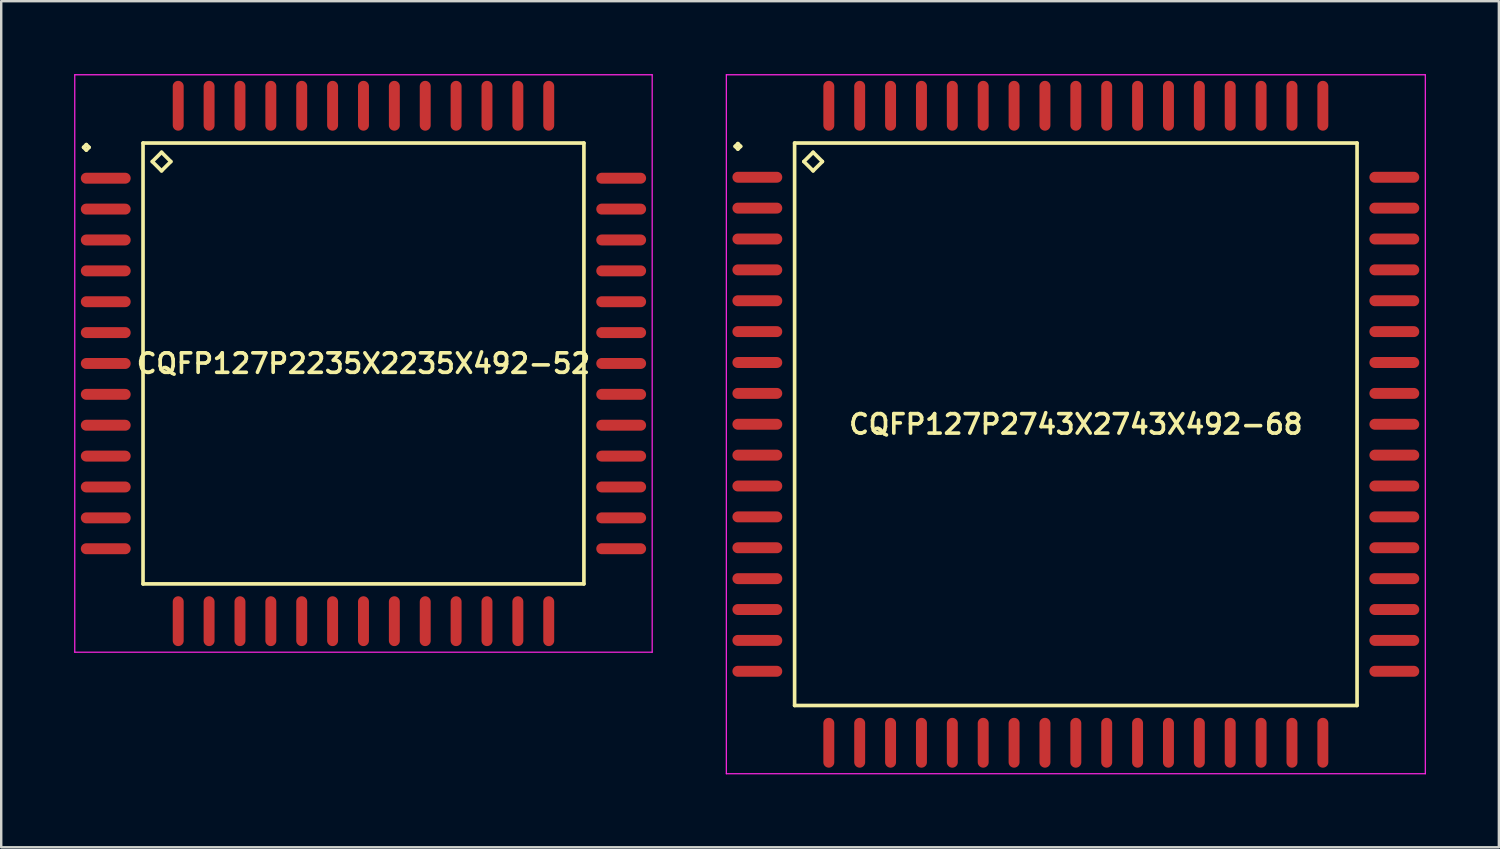
<source format=kicad_pcb>
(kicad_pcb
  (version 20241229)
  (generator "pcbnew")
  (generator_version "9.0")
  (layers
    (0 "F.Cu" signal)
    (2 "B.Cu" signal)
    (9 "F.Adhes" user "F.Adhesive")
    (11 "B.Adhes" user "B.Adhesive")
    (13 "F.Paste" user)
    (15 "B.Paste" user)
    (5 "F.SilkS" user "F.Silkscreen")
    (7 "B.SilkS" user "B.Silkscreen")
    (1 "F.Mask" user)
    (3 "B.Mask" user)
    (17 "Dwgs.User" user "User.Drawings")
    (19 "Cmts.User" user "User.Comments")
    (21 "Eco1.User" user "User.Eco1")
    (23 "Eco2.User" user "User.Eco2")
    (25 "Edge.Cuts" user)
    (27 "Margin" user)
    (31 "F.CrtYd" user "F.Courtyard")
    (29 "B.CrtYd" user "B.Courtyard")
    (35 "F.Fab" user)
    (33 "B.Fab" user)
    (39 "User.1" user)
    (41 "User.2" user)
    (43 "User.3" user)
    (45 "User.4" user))
  (footprint "CQFP127P2235X2235X492-52"
    (layer "F.Cu")
    (at 11.9 11.9)
    (property "Reference" "CQFP127P2235X2235X492-52" (at 0 0 0) (layer "F.SilkS") (effects (font (size 0.8 0.8) (thickness 0.15))))
    (attr smd)
    (fp_line (start -11.512 -8.89) (end -11.4 -9.002) (stroke (width 0.15) (type solid)) (layer "F.SilkS"))
    (fp_line (start -11.4 -9.002) (end -11.287 -8.89) (stroke (width 0.15) (type solid)) (layer "F.SilkS"))
    (fp_line (start -11.4 -8.777) (end -11.512 -8.89) (stroke (width 0.15) (type solid)) (layer "F.SilkS"))
    (fp_line (start -11.287 -8.89) (end -11.4 -8.777) (stroke (width 0.15) (type solid)) (layer "F.SilkS"))
    (fp_line (start -9.067 -9.067) (end -9.067 9.067) (stroke (width 0.15) (type solid)) (layer "F.SilkS"))
    (fp_line (start -9.067 9.067) (end 9.067 9.067) (stroke (width 0.15) (type solid)) (layer "F.SilkS"))
    (fp_line (start -8.686 -8.305) (end -8.305 -8.686) (stroke (width 0.15) (type solid)) (layer "F.SilkS"))
    (fp_line (start -8.305 -8.686) (end -7.924 -8.305) (stroke (width 0.15) (type solid)) (layer "F.SilkS"))
    (fp_line (start -8.305 -7.924) (end -8.686 -8.305) (stroke (width 0.15) (type solid)) (layer "F.SilkS"))
    (fp_line (start -7.924 -8.305) (end -8.305 -7.924) (stroke (width 0.15) (type solid)) (layer "F.SilkS"))
    (fp_line (start 9.067 -9.067) (end -9.067 -9.067) (stroke (width 0.15) (type solid)) (layer "F.SilkS"))
    (fp_line (start 9.067 9.067) (end 9.067 -9.067) (stroke (width 0.15) (type solid)) (layer "F.SilkS"))
    (fp_line (start -11.875 -11.875) (end 11.875 -11.875) (stroke (width 0.05) (type solid)) (layer "F.CrtYd"))
    (fp_line (start -11.875 11.875) (end -11.875 -11.875) (stroke (width 0.05) (type solid)) (layer "F.CrtYd"))
    (fp_line (start 11.875 -11.875) (end 11.875 11.875) (stroke (width 0.05) (type solid)) (layer "F.CrtYd"))
    (fp_line (start 11.875 11.875) (end -11.875 11.875) (stroke (width 0.05) (type solid)) (layer "F.CrtYd"))
    (pad "1" smd oval (at -10.6 -7.62) (size 2.05 0.45) (layers "F.Cu" "F.Mask" "F.Paste"))
    (pad "2" smd oval (at -10.6 -6.35) (size 2.05 0.45) (layers "F.Cu" "F.Mask" "F.Paste"))
    (pad "3" smd oval (at -10.6 -5.08) (size 2.05 0.45) (layers "F.Cu" "F.Mask" "F.Paste"))
    (pad "4" smd oval (at -10.6 -3.81) (size 2.05 0.45) (layers "F.Cu" "F.Mask" "F.Paste"))
    (pad "5" smd oval (at -10.6 -2.54) (size 2.05 0.45) (layers "F.Cu" "F.Mask" "F.Paste"))
    (pad "6" smd oval (at -10.6 -1.27) (size 2.05 0.45) (layers "F.Cu" "F.Mask" "F.Paste"))
    (pad "7" smd oval (at -10.6 0) (size 2.05 0.45) (layers "F.Cu" "F.Mask" "F.Paste"))
    (pad "8" smd oval (at -10.6 1.27) (size 2.05 0.45) (layers "F.Cu" "F.Mask" "F.Paste"))
    (pad "9" smd oval (at -10.6 2.54) (size 2.05 0.45) (layers "F.Cu" "F.Mask" "F.Paste"))
    (pad "10" smd oval (at -10.6 3.81) (size 2.05 0.45) (layers "F.Cu" "F.Mask" "F.Paste"))
    (pad "11" smd oval (at -10.6 5.08) (size 2.05 0.45) (layers "F.Cu" "F.Mask" "F.Paste"))
    (pad "12" smd oval (at -10.6 6.35) (size 2.05 0.45) (layers "F.Cu" "F.Mask" "F.Paste"))
    (pad "13" smd oval (at -10.6 7.62) (size 2.05 0.45) (layers "F.Cu" "F.Mask" "F.Paste"))
    (pad "14" smd oval (at -7.62 10.6) (size 0.45 2.05) (layers "F.Cu" "F.Mask" "F.Paste"))
    (pad "15" smd oval (at -6.35 10.6) (size 0.45 2.05) (layers "F.Cu" "F.Mask" "F.Paste"))
    (pad "16" smd oval (at -5.08 10.6) (size 0.45 2.05) (layers "F.Cu" "F.Mask" "F.Paste"))
    (pad "17" smd oval (at -3.81 10.6) (size 0.45 2.05) (layers "F.Cu" "F.Mask" "F.Paste"))
    (pad "18" smd oval (at -2.54 10.6) (size 0.45 2.05) (layers "F.Cu" "F.Mask" "F.Paste"))
    (pad "19" smd oval (at -1.27 10.6) (size 0.45 2.05) (layers "F.Cu" "F.Mask" "F.Paste"))
    (pad "20" smd oval (at 0 10.6) (size 0.45 2.05) (layers "F.Cu" "F.Mask" "F.Paste"))
    (pad "21" smd oval (at 1.27 10.6) (size 0.45 2.05) (layers "F.Cu" "F.Mask" "F.Paste"))
    (pad "22" smd oval (at 2.54 10.6) (size 0.45 2.05) (layers "F.Cu" "F.Mask" "F.Paste"))
    (pad "23" smd oval (at 3.81 10.6) (size 0.45 2.05) (layers "F.Cu" "F.Mask" "F.Paste"))
    (pad "24" smd oval (at 5.08 10.6) (size 0.45 2.05) (layers "F.Cu" "F.Mask" "F.Paste"))
    (pad "25" smd oval (at 6.35 10.6) (size 0.45 2.05) (layers "F.Cu" "F.Mask" "F.Paste"))
    (pad "26" smd oval (at 7.62 10.6) (size 0.45 2.05) (layers "F.Cu" "F.Mask" "F.Paste"))
    (pad "27" smd oval (at 10.6 7.62) (size 2.05 0.45) (layers "F.Cu" "F.Mask" "F.Paste"))
    (pad "28" smd oval (at 10.6 6.35) (size 2.05 0.45) (layers "F.Cu" "F.Mask" "F.Paste"))
    (pad "29" smd oval (at 10.6 5.08) (size 2.05 0.45) (layers "F.Cu" "F.Mask" "F.Paste"))
    (pad "30" smd oval (at 10.6 3.81) (size 2.05 0.45) (layers "F.Cu" "F.Mask" "F.Paste"))
    (pad "31" smd oval (at 10.6 2.54) (size 2.05 0.45) (layers "F.Cu" "F.Mask" "F.Paste"))
    (pad "32" smd oval (at 10.6 1.27) (size 2.05 0.45) (layers "F.Cu" "F.Mask" "F.Paste"))
    (pad "33" smd oval (at 10.6 0) (size 2.05 0.45) (layers "F.Cu" "F.Mask" "F.Paste"))
    (pad "34" smd oval (at 10.6 -1.27) (size 2.05 0.45) (layers "F.Cu" "F.Mask" "F.Paste"))
    (pad "35" smd oval (at 10.6 -2.54) (size 2.05 0.45) (layers "F.Cu" "F.Mask" "F.Paste"))
    (pad "36" smd oval (at 10.6 -3.81) (size 2.05 0.45) (layers "F.Cu" "F.Mask" "F.Paste"))
    (pad "37" smd oval (at 10.6 -5.08) (size 2.05 0.45) (layers "F.Cu" "F.Mask" "F.Paste"))
    (pad "38" smd oval (at 10.6 -6.35) (size 2.05 0.45) (layers "F.Cu" "F.Mask" "F.Paste"))
    (pad "39" smd oval (at 10.6 -7.62) (size 2.05 0.45) (layers "F.Cu" "F.Mask" "F.Paste"))
    (pad "40" smd oval (at 7.62 -10.6) (size 0.45 2.05) (layers "F.Cu" "F.Mask" "F.Paste"))
    (pad "41" smd oval (at 6.35 -10.6) (size 0.45 2.05) (layers "F.Cu" "F.Mask" "F.Paste"))
    (pad "42" smd oval (at 5.08 -10.6) (size 0.45 2.05) (layers "F.Cu" "F.Mask" "F.Paste"))
    (pad "43" smd oval (at 3.81 -10.6) (size 0.45 2.05) (layers "F.Cu" "F.Mask" "F.Paste"))
    (pad "44" smd oval (at 2.54 -10.6) (size 0.45 2.05) (layers "F.Cu" "F.Mask" "F.Paste"))
    (pad "45" smd oval (at 1.27 -10.6) (size 0.45 2.05) (layers "F.Cu" "F.Mask" "F.Paste"))
    (pad "46" smd oval (at 0 -10.6) (size 0.45 2.05) (layers "F.Cu" "F.Mask" "F.Paste"))
    (pad "47" smd oval (at -1.27 -10.6) (size 0.45 2.05) (layers "F.Cu" "F.Mask" "F.Paste"))
    (pad "48" smd oval (at -2.54 -10.6) (size 0.45 2.05) (layers "F.Cu" "F.Mask" "F.Paste"))
    (pad "49" smd oval (at -3.81 -10.6) (size 0.45 2.05) (layers "F.Cu" "F.Mask" "F.Paste"))
    (pad "50" smd oval (at -5.08 -10.6) (size 0.45 2.05) (layers "F.Cu" "F.Mask" "F.Paste"))
    (pad "51" smd oval (at -6.35 -10.6) (size 0.45 2.05) (layers "F.Cu" "F.Mask" "F.Paste"))
    (pad "52" smd oval (at -7.62 -10.6) (size 0.45 2.05) (layers "F.Cu" "F.Mask" "F.Paste")))
  (footprint "CQFP127P2743X2743X492-68"
    (layer "F.Cu")
    (at 41.2 14.4)
    (property "Reference" "CQFP127P2743X2743X492-68" (at 0 0 0) (layer "F.SilkS") (effects (font (size 0.8 0.8) (thickness 0.15))))
    (attr smd)
    (fp_line (start -14.012 -11.43) (end -13.9 -11.543) (stroke (width 0.15) (type solid)) (layer "F.SilkS"))
    (fp_line (start -13.9 -11.543) (end -13.787 -11.43) (stroke (width 0.15) (type solid)) (layer "F.SilkS"))
    (fp_line (start -13.9 -11.318) (end -14.012 -11.43) (stroke (width 0.15) (type solid)) (layer "F.SilkS"))
    (fp_line (start -13.787 -11.43) (end -13.9 -11.318) (stroke (width 0.15) (type solid)) (layer "F.SilkS"))
    (fp_line (start -11.567 -11.567) (end -11.567 11.567) (stroke (width 0.15) (type solid)) (layer "F.SilkS"))
    (fp_line (start -11.567 11.567) (end 11.567 11.567) (stroke (width 0.15) (type solid)) (layer "F.SilkS"))
    (fp_line (start -11.186 -10.805) (end -10.805 -11.186) (stroke (width 0.15) (type solid)) (layer "F.SilkS"))
    (fp_line (start -10.805 -11.186) (end -10.424 -10.805) (stroke (width 0.15) (type solid)) (layer "F.SilkS"))
    (fp_line (start -10.805 -10.424) (end -11.186 -10.805) (stroke (width 0.15) (type solid)) (layer "F.SilkS"))
    (fp_line (start -10.424 -10.805) (end -10.805 -10.424) (stroke (width 0.15) (type solid)) (layer "F.SilkS"))
    (fp_line (start 11.567 -11.567) (end -11.567 -11.567) (stroke (width 0.15) (type solid)) (layer "F.SilkS"))
    (fp_line (start 11.567 11.567) (end 11.567 -11.567) (stroke (width 0.15) (type solid)) (layer "F.SilkS"))
    (fp_line (start -14.375 -14.375) (end 14.375 -14.375) (stroke (width 0.05) (type solid)) (layer "F.CrtYd"))
    (fp_line (start -14.375 14.375) (end -14.375 -14.375) (stroke (width 0.05) (type solid)) (layer "F.CrtYd"))
    (fp_line (start 14.375 -14.375) (end 14.375 14.375) (stroke (width 0.05) (type solid)) (layer "F.CrtYd"))
    (fp_line (start 14.375 14.375) (end -14.375 14.375) (stroke (width 0.05) (type solid)) (layer "F.CrtYd"))
    (pad "1" smd oval (at -13.1 -10.16) (size 2.05 0.45) (layers "F.Cu" "F.Mask" "F.Paste"))
    (pad "2" smd oval (at -13.1 -8.89) (size 2.05 0.45) (layers "F.Cu" "F.Mask" "F.Paste"))
    (pad "3" smd oval (at -13.1 -7.62) (size 2.05 0.45) (layers "F.Cu" "F.Mask" "F.Paste"))
    (pad "4" smd oval (at -13.1 -6.35) (size 2.05 0.45) (layers "F.Cu" "F.Mask" "F.Paste"))
    (pad "5" smd oval (at -13.1 -5.08) (size 2.05 0.45) (layers "F.Cu" "F.Mask" "F.Paste"))
    (pad "6" smd oval (at -13.1 -3.81) (size 2.05 0.45) (layers "F.Cu" "F.Mask" "F.Paste"))
    (pad "7" smd oval (at -13.1 -2.54) (size 2.05 0.45) (layers "F.Cu" "F.Mask" "F.Paste"))
    (pad "8" smd oval (at -13.1 -1.27) (size 2.05 0.45) (layers "F.Cu" "F.Mask" "F.Paste"))
    (pad "9" smd oval (at -13.1 0) (size 2.05 0.45) (layers "F.Cu" "F.Mask" "F.Paste"))
    (pad "10" smd oval (at -13.1 1.27) (size 2.05 0.45) (layers "F.Cu" "F.Mask" "F.Paste"))
    (pad "11" smd oval (at -13.1 2.54) (size 2.05 0.45) (layers "F.Cu" "F.Mask" "F.Paste"))
    (pad "12" smd oval (at -13.1 3.81) (size 2.05 0.45) (layers "F.Cu" "F.Mask" "F.Paste"))
    (pad "13" smd oval (at -13.1 5.08) (size 2.05 0.45) (layers "F.Cu" "F.Mask" "F.Paste"))
    (pad "14" smd oval (at -13.1 6.35) (size 2.05 0.45) (layers "F.Cu" "F.Mask" "F.Paste"))
    (pad "15" smd oval (at -13.1 7.62) (size 2.05 0.45) (layers "F.Cu" "F.Mask" "F.Paste"))
    (pad "16" smd oval (at -13.1 8.89) (size 2.05 0.45) (layers "F.Cu" "F.Mask" "F.Paste"))
    (pad "17" smd oval (at -13.1 10.16) (size 2.05 0.45) (layers "F.Cu" "F.Mask" "F.Paste"))
    (pad "18" smd oval (at -10.16 13.1) (size 0.45 2.05) (layers "F.Cu" "F.Mask" "F.Paste"))
    (pad "19" smd oval (at -8.89 13.1) (size 0.45 2.05) (layers "F.Cu" "F.Mask" "F.Paste"))
    (pad "20" smd oval (at -7.62 13.1) (size 0.45 2.05) (layers "F.Cu" "F.Mask" "F.Paste"))
    (pad "21" smd oval (at -6.35 13.1) (size 0.45 2.05) (layers "F.Cu" "F.Mask" "F.Paste"))
    (pad "22" smd oval (at -5.08 13.1) (size 0.45 2.05) (layers "F.Cu" "F.Mask" "F.Paste"))
    (pad "23" smd oval (at -3.81 13.1) (size 0.45 2.05) (layers "F.Cu" "F.Mask" "F.Paste"))
    (pad "24" smd oval (at -2.54 13.1) (size 0.45 2.05) (layers "F.Cu" "F.Mask" "F.Paste"))
    (pad "25" smd oval (at -1.27 13.1) (size 0.45 2.05) (layers "F.Cu" "F.Mask" "F.Paste"))
    (pad "26" smd oval (at 0 13.1) (size 0.45 2.05) (layers "F.Cu" "F.Mask" "F.Paste"))
    (pad "27" smd oval (at 1.27 13.1) (size 0.45 2.05) (layers "F.Cu" "F.Mask" "F.Paste"))
    (pad "28" smd oval (at 2.54 13.1) (size 0.45 2.05) (layers "F.Cu" "F.Mask" "F.Paste"))
    (pad "29" smd oval (at 3.81 13.1) (size 0.45 2.05) (layers "F.Cu" "F.Mask" "F.Paste"))
    (pad "30" smd oval (at 5.08 13.1) (size 0.45 2.05) (layers "F.Cu" "F.Mask" "F.Paste"))
    (pad "31" smd oval (at 6.35 13.1) (size 0.45 2.05) (layers "F.Cu" "F.Mask" "F.Paste"))
    (pad "32" smd oval (at 7.62 13.1) (size 0.45 2.05) (layers "F.Cu" "F.Mask" "F.Paste"))
    (pad "33" smd oval (at 8.89 13.1) (size 0.45 2.05) (layers "F.Cu" "F.Mask" "F.Paste"))
    (pad "34" smd oval (at 10.16 13.1) (size 0.45 2.05) (layers "F.Cu" "F.Mask" "F.Paste"))
    (pad "35" smd oval (at 13.1 10.16) (size 2.05 0.45) (layers "F.Cu" "F.Mask" "F.Paste"))
    (pad "36" smd oval (at 13.1 8.89) (size 2.05 0.45) (layers "F.Cu" "F.Mask" "F.Paste"))
    (pad "37" smd oval (at 13.1 7.62) (size 2.05 0.45) (layers "F.Cu" "F.Mask" "F.Paste"))
    (pad "38" smd oval (at 13.1 6.35) (size 2.05 0.45) (layers "F.Cu" "F.Mask" "F.Paste"))
    (pad "39" smd oval (at 13.1 5.08) (size 2.05 0.45) (layers "F.Cu" "F.Mask" "F.Paste"))
    (pad "40" smd oval (at 13.1 3.81) (size 2.05 0.45) (layers "F.Cu" "F.Mask" "F.Paste"))
    (pad "41" smd oval (at 13.1 2.54) (size 2.05 0.45) (layers "F.Cu" "F.Mask" "F.Paste"))
    (pad "42" smd oval (at 13.1 1.27) (size 2.05 0.45) (layers "F.Cu" "F.Mask" "F.Paste"))
    (pad "43" smd oval (at 13.1 0) (size 2.05 0.45) (layers "F.Cu" "F.Mask" "F.Paste"))
    (pad "44" smd oval (at 13.1 -1.27) (size 2.05 0.45) (layers "F.Cu" "F.Mask" "F.Paste"))
    (pad "45" smd oval (at 13.1 -2.54) (size 2.05 0.45) (layers "F.Cu" "F.Mask" "F.Paste"))
    (pad "46" smd oval (at 13.1 -3.81) (size 2.05 0.45) (layers "F.Cu" "F.Mask" "F.Paste"))
    (pad "47" smd oval (at 13.1 -5.08) (size 2.05 0.45) (layers "F.Cu" "F.Mask" "F.Paste"))
    (pad "48" smd oval (at 13.1 -6.35) (size 2.05 0.45) (layers "F.Cu" "F.Mask" "F.Paste"))
    (pad "49" smd oval (at 13.1 -7.62) (size 2.05 0.45) (layers "F.Cu" "F.Mask" "F.Paste"))
    (pad "50" smd oval (at 13.1 -8.89) (size 2.05 0.45) (layers "F.Cu" "F.Mask" "F.Paste"))
    (pad "51" smd oval (at 13.1 -10.16) (size 2.05 0.45) (layers "F.Cu" "F.Mask" "F.Paste"))
    (pad "52" smd oval (at 10.16 -13.1) (size 0.45 2.05) (layers "F.Cu" "F.Mask" "F.Paste"))
    (pad "53" smd oval (at 8.89 -13.1) (size 0.45 2.05) (layers "F.Cu" "F.Mask" "F.Paste"))
    (pad "54" smd oval (at 7.62 -13.1) (size 0.45 2.05) (layers "F.Cu" "F.Mask" "F.Paste"))
    (pad "55" smd oval (at 6.35 -13.1) (size 0.45 2.05) (layers "F.Cu" "F.Mask" "F.Paste"))
    (pad "56" smd oval (at 5.08 -13.1) (size 0.45 2.05) (layers "F.Cu" "F.Mask" "F.Paste"))
    (pad "57" smd oval (at 3.81 -13.1) (size 0.45 2.05) (layers "F.Cu" "F.Mask" "F.Paste"))
    (pad "58" smd oval (at 2.54 -13.1) (size 0.45 2.05) (layers "F.Cu" "F.Mask" "F.Paste"))
    (pad "59" smd oval (at 1.27 -13.1) (size 0.45 2.05) (layers "F.Cu" "F.Mask" "F.Paste"))
    (pad "60" smd oval (at 0 -13.1) (size 0.45 2.05) (layers "F.Cu" "F.Mask" "F.Paste"))
    (pad "61" smd oval (at -1.27 -13.1) (size 0.45 2.05) (layers "F.Cu" "F.Mask" "F.Paste"))
    (pad "62" smd oval (at -2.54 -13.1) (size 0.45 2.05) (layers "F.Cu" "F.Mask" "F.Paste"))
    (pad "63" smd oval (at -3.81 -13.1) (size 0.45 2.05) (layers "F.Cu" "F.Mask" "F.Paste"))
    (pad "64" smd oval (at -5.08 -13.1) (size 0.45 2.05) (layers "F.Cu" "F.Mask" "F.Paste"))
    (pad "65" smd oval (at -6.35 -13.1) (size 0.45 2.05) (layers "F.Cu" "F.Mask" "F.Paste"))
    (pad "66" smd oval (at -7.62 -13.1) (size 0.45 2.05) (layers "F.Cu" "F.Mask" "F.Paste"))
    (pad "67" smd oval (at -8.89 -13.1) (size 0.45 2.05) (layers "F.Cu" "F.Mask" "F.Paste"))
    (pad "68" smd oval (at -10.16 -13.1) (size 0.45 2.05) (layers "F.Cu" "F.Mask" "F.Paste")))
  (gr_rect
    (start -3 -3)
    (end 58.6 31.8)
    (stroke (width 0.1) (type default))
    (fill no)
    (layer "Edge.Cuts")))
</source>
